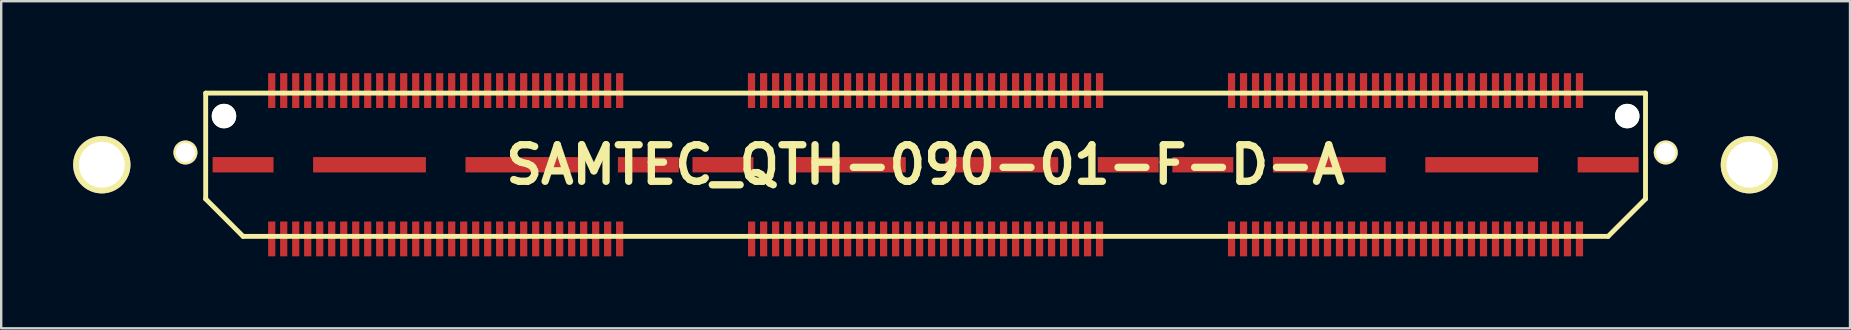
<source format=kicad_pcb>
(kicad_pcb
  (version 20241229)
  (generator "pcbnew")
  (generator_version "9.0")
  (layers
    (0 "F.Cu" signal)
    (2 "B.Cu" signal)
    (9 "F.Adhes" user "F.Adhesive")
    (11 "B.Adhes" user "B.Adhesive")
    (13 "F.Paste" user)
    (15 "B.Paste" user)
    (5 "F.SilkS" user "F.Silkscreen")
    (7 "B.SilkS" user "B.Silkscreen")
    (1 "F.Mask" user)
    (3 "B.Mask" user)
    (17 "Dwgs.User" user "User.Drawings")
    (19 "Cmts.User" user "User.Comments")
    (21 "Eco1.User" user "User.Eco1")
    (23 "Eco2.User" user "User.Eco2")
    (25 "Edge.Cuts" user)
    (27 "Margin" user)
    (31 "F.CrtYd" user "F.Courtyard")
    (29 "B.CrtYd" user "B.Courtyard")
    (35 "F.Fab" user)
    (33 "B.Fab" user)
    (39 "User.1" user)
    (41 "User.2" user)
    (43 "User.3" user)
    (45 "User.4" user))
  (footprint "SAMTEC_QTH-090-01-F-D-A"
    (layer "F.Cu")
    (at 35.524 3.816)
    (property "Reference" "SAMTEC_QTH-090-01-F-D-A" (at 0 0 0) (layer "F.SilkS") (effects (font (size 1.524 1.524) (thickness 0.305))))
    (attr through_hole)
    (fp_line (start -30.002 -2.985) (end 30.002 -2.985) (stroke (width 0.203) (type solid)) (layer "F.SilkS"))
    (fp_line (start -30.002 1.425) (end -30.002 -2.985) (stroke (width 0.203) (type solid)) (layer "F.SilkS"))
    (fp_line (start -28.443 2.985) (end -30.002 1.425) (stroke (width 0.203) (type solid)) (layer "F.SilkS"))
    (fp_line (start 28.443 2.985) (end -28.443 2.985) (stroke (width 0.203) (type solid)) (layer "F.SilkS"))
    (fp_line (start 30.002 -2.985) (end 30.002 1.425) (stroke (width 0.203) (type solid)) (layer "F.SilkS"))
    (fp_line (start 30.002 1.425) (end 28.443 2.985) (stroke (width 0.203) (type solid)) (layer "F.SilkS"))
    (pad "" thru_hole circle (at -34.331 0) (size 2.388 2.388) (drill 1.91) (layers "*.Cu" "*.Mask" "F.SilkS"))
    (pad "" thru_hole circle (at -30.846 -0.511) (size 1 1) (drill 0.8) (layers "*.Cu" "*.Mask" "F.SilkS"))
    (pad "" np_thru_hole circle (at -29.24 -2.029) (size 1.021 1.021) (drill 1.021) (layers "*.Cu" "*.Mask" "F.SilkS"))
    (pad "" np_thru_hole circle (at 29.24 -2.029) (size 1.021 1.021) (drill 1.021) (layers "*.Cu" "*.Mask" "F.SilkS"))
    (pad "" thru_hole circle (at 30.846 -0.511) (size 1 1) (drill 0.8) (layers "*.Cu" "*.Mask" "F.SilkS"))
    (pad "" thru_hole circle (at 34.331 0) (size 2.388 2.388) (drill 1.91) (layers "*.Cu" "*.Mask" "F.SilkS"))
    (pad "1" smd rect (at -27.25 -3.091) (size 0.3 1.45) (layers "F.Cu" "F.Mask" "F.Paste"))
    (pad "2" smd rect (at -27.25 3.091) (size 0.3 1.45) (layers "F.Cu" "F.Mask" "F.Paste"))
    (pad "3" smd rect (at -26.75 -3.091) (size 0.3 1.45) (layers "F.Cu" "F.Mask" "F.Paste"))
    (pad "4" smd rect (at -26.75 3.091) (size 0.3 1.45) (layers "F.Cu" "F.Mask" "F.Paste"))
    (pad "5" smd rect (at -26.25 -3.091) (size 0.3 1.45) (layers "F.Cu" "F.Mask" "F.Paste"))
    (pad "6" smd rect (at -26.25 3.091) (size 0.3 1.45) (layers "F.Cu" "F.Mask" "F.Paste"))
    (pad "7" smd rect (at -25.75 -3.091) (size 0.3 1.45) (layers "F.Cu" "F.Mask" "F.Paste"))
    (pad "8" smd rect (at -25.75 3.091) (size 0.3 1.45) (layers "F.Cu" "F.Mask" "F.Paste"))
    (pad "9" smd rect (at -25.25 -3.091) (size 0.3 1.45) (layers "F.Cu" "F.Mask" "F.Paste"))
    (pad "10" smd rect (at -25.25 3.091) (size 0.3 1.45) (layers "F.Cu" "F.Mask" "F.Paste"))
    (pad "11" smd rect (at -24.75 -3.091) (size 0.3 1.45) (layers "F.Cu" "F.Mask" "F.Paste"))
    (pad "12" smd rect (at -24.75 3.091) (size 0.3 1.45) (layers "F.Cu" "F.Mask" "F.Paste"))
    (pad "13" smd rect (at -24.25 -3.091) (size 0.3 1.45) (layers "F.Cu" "F.Mask" "F.Paste"))
    (pad "14" smd rect (at -24.25 3.091) (size 0.3 1.45) (layers "F.Cu" "F.Mask" "F.Paste"))
    (pad "15" smd rect (at -23.75 -3.091) (size 0.3 1.45) (layers "F.Cu" "F.Mask" "F.Paste"))
    (pad "16" smd rect (at -23.75 3.091) (size 0.3 1.45) (layers "F.Cu" "F.Mask" "F.Paste"))
    (pad "17" smd rect (at -23.25 -3.091) (size 0.3 1.45) (layers "F.Cu" "F.Mask" "F.Paste"))
    (pad "18" smd rect (at -23.25 3.091) (size 0.3 1.45) (layers "F.Cu" "F.Mask" "F.Paste"))
    (pad "19" smd rect (at -22.75 -3.091) (size 0.3 1.45) (layers "F.Cu" "F.Mask" "F.Paste"))
    (pad "20" smd rect (at -22.75 3.091) (size 0.3 1.45) (layers "F.Cu" "F.Mask" "F.Paste"))
    (pad "21" smd rect (at -22.25 -3.091) (size 0.3 1.45) (layers "F.Cu" "F.Mask" "F.Paste"))
    (pad "22" smd rect (at -22.25 3.091) (size 0.3 1.45) (layers "F.Cu" "F.Mask" "F.Paste"))
    (pad "23" smd rect (at -21.75 -3.091) (size 0.3 1.45) (layers "F.Cu" "F.Mask" "F.Paste"))
    (pad "24" smd rect (at -21.75 3.091) (size 0.3 1.45) (layers "F.Cu" "F.Mask" "F.Paste"))
    (pad "25" smd rect (at -21.25 -3.091) (size 0.3 1.45) (layers "F.Cu" "F.Mask" "F.Paste"))
    (pad "26" smd rect (at -21.25 3.091) (size 0.3 1.45) (layers "F.Cu" "F.Mask" "F.Paste"))
    (pad "27" smd rect (at -20.75 -3.091) (size 0.3 1.45) (layers "F.Cu" "F.Mask" "F.Paste"))
    (pad "28" smd rect (at -20.75 3.091) (size 0.3 1.45) (layers "F.Cu" "F.Mask" "F.Paste"))
    (pad "29" smd rect (at -20.25 -3.091) (size 0.3 1.45) (layers "F.Cu" "F.Mask" "F.Paste"))
    (pad "30" smd rect (at -20.25 3.091) (size 0.3 1.45) (layers "F.Cu" "F.Mask" "F.Paste"))
    (pad "31" smd rect (at -19.75 -3.091) (size 0.3 1.45) (layers "F.Cu" "F.Mask" "F.Paste"))
    (pad "32" smd rect (at -19.75 3.091) (size 0.3 1.45) (layers "F.Cu" "F.Mask" "F.Paste"))
    (pad "33" smd rect (at -19.25 -3.091) (size 0.3 1.45) (layers "F.Cu" "F.Mask" "F.Paste"))
    (pad "34" smd rect (at -19.25 3.091) (size 0.3 1.45) (layers "F.Cu" "F.Mask" "F.Paste"))
    (pad "35" smd rect (at -18.75 -3.091) (size 0.3 1.45) (layers "F.Cu" "F.Mask" "F.Paste"))
    (pad "36" smd rect (at -18.75 3.091) (size 0.3 1.45) (layers "F.Cu" "F.Mask" "F.Paste"))
    (pad "37" smd rect (at -18.25 -3.091) (size 0.3 1.45) (layers "F.Cu" "F.Mask" "F.Paste"))
    (pad "38" smd rect (at -18.25 3.091) (size 0.3 1.45) (layers "F.Cu" "F.Mask" "F.Paste"))
    (pad "39" smd rect (at -17.75 -3.091) (size 0.3 1.45) (layers "F.Cu" "F.Mask" "F.Paste"))
    (pad "40" smd rect (at -17.75 3.091) (size 0.3 1.45) (layers "F.Cu" "F.Mask" "F.Paste"))
    (pad "41" smd rect (at -17.25 -3.091) (size 0.3 1.45) (layers "F.Cu" "F.Mask" "F.Paste"))
    (pad "42" smd rect (at -17.25 3.091) (size 0.3 1.45) (layers "F.Cu" "F.Mask" "F.Paste"))
    (pad "43" smd rect (at -16.75 -3.091) (size 0.3 1.45) (layers "F.Cu" "F.Mask" "F.Paste"))
    (pad "44" smd rect (at -16.75 3.091) (size 0.3 1.45) (layers "F.Cu" "F.Mask" "F.Paste"))
    (pad "45" smd rect (at -16.25 -3.091) (size 0.3 1.45) (layers "F.Cu" "F.Mask" "F.Paste"))
    (pad "46" smd rect (at -16.25 3.091) (size 0.3 1.45) (layers "F.Cu" "F.Mask" "F.Paste"))
    (pad "47" smd rect (at -15.75 -3.091) (size 0.3 1.45) (layers "F.Cu" "F.Mask" "F.Paste"))
    (pad "48" smd rect (at -15.75 3.091) (size 0.3 1.45) (layers "F.Cu" "F.Mask" "F.Paste"))
    (pad "49" smd rect (at -15.25 -3.091) (size 0.3 1.45) (layers "F.Cu" "F.Mask" "F.Paste"))
    (pad "50" smd rect (at -15.25 3.091) (size 0.3 1.45) (layers "F.Cu" "F.Mask" "F.Paste"))
    (pad "51" smd rect (at -14.75 -3.091) (size 0.3 1.45) (layers "F.Cu" "F.Mask" "F.Paste"))
    (pad "52" smd rect (at -14.75 3.091) (size 0.3 1.45) (layers "F.Cu" "F.Mask" "F.Paste"))
    (pad "53" smd rect (at -14.25 -3.091) (size 0.3 1.45) (layers "F.Cu" "F.Mask" "F.Paste"))
    (pad "54" smd rect (at -14.25 3.091) (size 0.3 1.45) (layers "F.Cu" "F.Mask" "F.Paste"))
    (pad "55" smd rect (at -13.75 -3.091) (size 0.3 1.45) (layers "F.Cu" "F.Mask" "F.Paste"))
    (pad "56" smd rect (at -13.75 3.091) (size 0.3 1.45) (layers "F.Cu" "F.Mask" "F.Paste"))
    (pad "57" smd rect (at -13.25 -3.091) (size 0.3 1.45) (layers "F.Cu" "F.Mask" "F.Paste"))
    (pad "58" smd rect (at -13.25 3.091) (size 0.3 1.45) (layers "F.Cu" "F.Mask" "F.Paste"))
    (pad "59" smd rect (at -12.75 -3.091) (size 0.3 1.45) (layers "F.Cu" "F.Mask" "F.Paste"))
    (pad "60" smd rect (at -12.75 3.091) (size 0.3 1.45) (layers "F.Cu" "F.Mask" "F.Paste"))
    (pad "61" smd rect (at -7.255 -3.091) (size 0.3 1.45) (layers "F.Cu" "F.Mask" "F.Paste"))
    (pad "62" smd rect (at -7.25 3.091) (size 0.3 1.45) (layers "F.Cu" "F.Mask" "F.Paste"))
    (pad "63" smd rect (at -6.75 -3.091) (size 0.3 1.45) (layers "F.Cu" "F.Mask" "F.Paste"))
    (pad "64" smd rect (at -6.75 3.091) (size 0.3 1.45) (layers "F.Cu" "F.Mask" "F.Paste"))
    (pad "65" smd rect (at -6.25 -3.091) (size 0.3 1.45) (layers "F.Cu" "F.Mask" "F.Paste"))
    (pad "66" smd rect (at -6.25 3.091) (size 0.3 1.45) (layers "F.Cu" "F.Mask" "F.Paste"))
    (pad "67" smd rect (at -5.75 -3.091) (size 0.3 1.45) (layers "F.Cu" "F.Mask" "F.Paste"))
    (pad "68" smd rect (at -5.75 3.091) (size 0.3 1.45) (layers "F.Cu" "F.Mask" "F.Paste"))
    (pad "69" smd rect (at -5.25 -3.091) (size 0.3 1.45) (layers "F.Cu" "F.Mask" "F.Paste"))
    (pad "70" smd rect (at -5.25 3.091) (size 0.3 1.45) (layers "F.Cu" "F.Mask" "F.Paste"))
    (pad "71" smd rect (at -4.75 -3.091) (size 0.3 1.45) (layers "F.Cu" "F.Mask" "F.Paste"))
    (pad "72" smd rect (at -4.75 3.091) (size 0.3 1.45) (layers "F.Cu" "F.Mask" "F.Paste"))
    (pad "73" smd rect (at -4.25 -3.091) (size 0.3 1.45) (layers "F.Cu" "F.Mask" "F.Paste"))
    (pad "74" smd rect (at -4.25 3.091) (size 0.3 1.45) (layers "F.Cu" "F.Mask" "F.Paste"))
    (pad "75" smd rect (at -3.75 -3.091) (size 0.3 1.45) (layers "F.Cu" "F.Mask" "F.Paste"))
    (pad "76" smd rect (at -3.75 3.091) (size 0.3 1.45) (layers "F.Cu" "F.Mask" "F.Paste"))
    (pad "77" smd rect (at -3.25 -3.091) (size 0.3 1.45) (layers "F.Cu" "F.Mask" "F.Paste"))
    (pad "78" smd rect (at -3.25 3.091) (size 0.3 1.45) (layers "F.Cu" "F.Mask" "F.Paste"))
    (pad "79" smd rect (at -2.75 -3.091) (size 0.3 1.45) (layers "F.Cu" "F.Mask" "F.Paste"))
    (pad "80" smd rect (at -2.75 3.091) (size 0.3 1.45) (layers "F.Cu" "F.Mask" "F.Paste"))
    (pad "81" smd rect (at -2.25 -3.091) (size 0.3 1.45) (layers "F.Cu" "F.Mask" "F.Paste"))
    (pad "82" smd rect (at -2.25 3.091) (size 0.3 1.45) (layers "F.Cu" "F.Mask" "F.Paste"))
    (pad "83" smd rect (at -1.75 -3.091) (size 0.3 1.45) (layers "F.Cu" "F.Mask" "F.Paste"))
    (pad "84" smd rect (at -1.75 3.091) (size 0.3 1.45) (layers "F.Cu" "F.Mask" "F.Paste"))
    (pad "85" smd rect (at -1.25 -3.091) (size 0.3 1.45) (layers "F.Cu" "F.Mask" "F.Paste"))
    (pad "86" smd rect (at -1.25 3.091) (size 0.3 1.45) (layers "F.Cu" "F.Mask" "F.Paste"))
    (pad "87" smd rect (at -0.75 -3.091) (size 0.3 1.45) (layers "F.Cu" "F.Mask" "F.Paste"))
    (pad "88" smd rect (at -0.75 3.091) (size 0.3 1.45) (layers "F.Cu" "F.Mask" "F.Paste"))
    (pad "89" smd rect (at -0.25 -3.091) (size 0.3 1.45) (layers "F.Cu" "F.Mask" "F.Paste"))
    (pad "90" smd rect (at -0.25 3.091) (size 0.3 1.45) (layers "F.Cu" "F.Mask" "F.Paste"))
    (pad "91" smd rect (at 0.25 -3.091) (size 0.3 1.45) (layers "F.Cu" "F.Mask" "F.Paste"))
    (pad "92" smd rect (at 0.25 3.091) (size 0.3 1.45) (layers "F.Cu" "F.Mask" "F.Paste"))
    (pad "93" smd rect (at 0.75 -3.091) (size 0.3 1.45) (layers "F.Cu" "F.Mask" "F.Paste"))
    (pad "94" smd rect (at 0.75 3.091) (size 0.3 1.45) (layers "F.Cu" "F.Mask" "F.Paste"))
    (pad "95" smd rect (at 1.25 -3.091) (size 0.3 1.45) (layers "F.Cu" "F.Mask" "F.Paste"))
    (pad "96" smd rect (at 1.25 3.091) (size 0.3 1.45) (layers "F.Cu" "F.Mask" "F.Paste"))
    (pad "97" smd rect (at 1.75 -3.091) (size 0.3 1.45) (layers "F.Cu" "F.Mask" "F.Paste"))
    (pad "98" smd rect (at 1.75 3.091) (size 0.3 1.45) (layers "F.Cu" "F.Mask" "F.Paste"))
    (pad "99" smd rect (at 2.25 -3.091) (size 0.3 1.45) (layers "F.Cu" "F.Mask" "F.Paste"))
    (pad "100" smd rect (at 2.25 3.091) (size 0.3 1.45) (layers "F.Cu" "F.Mask" "F.Paste"))
    (pad "101" smd rect (at 2.75 -3.091) (size 0.3 1.45) (layers "F.Cu" "F.Mask" "F.Paste"))
    (pad "102" smd rect (at 2.75 3.091) (size 0.3 1.45) (layers "F.Cu" "F.Mask" "F.Paste"))
    (pad "103" smd rect (at 3.25 -3.091) (size 0.3 1.45) (layers "F.Cu" "F.Mask" "F.Paste"))
    (pad "104" smd rect (at 3.25 3.091) (size 0.3 1.45) (layers "F.Cu" "F.Mask" "F.Paste"))
    (pad "105" smd rect (at 3.75 -3.091) (size 0.3 1.45) (layers "F.Cu" "F.Mask" "F.Paste"))
    (pad "106" smd rect (at 3.75 3.091) (size 0.3 1.45) (layers "F.Cu" "F.Mask" "F.Paste"))
    (pad "107" smd rect (at 4.25 -3.091) (size 0.3 1.45) (layers "F.Cu" "F.Mask" "F.Paste"))
    (pad "108" smd rect (at 4.25 3.091) (size 0.3 1.45) (layers "F.Cu" "F.Mask" "F.Paste"))
    (pad "109" smd rect (at 4.75 -3.091) (size 0.3 1.45) (layers "F.Cu" "F.Mask" "F.Paste"))
    (pad "110" smd rect (at 4.75 3.091) (size 0.3 1.45) (layers "F.Cu" "F.Mask" "F.Paste"))
    (pad "111" smd rect (at 5.25 -3.091) (size 0.3 1.45) (layers "F.Cu" "F.Mask" "F.Paste"))
    (pad "112" smd rect (at 5.25 3.091) (size 0.3 1.45) (layers "F.Cu" "F.Mask" "F.Paste"))
    (pad "113" smd rect (at 5.75 -3.091) (size 0.3 1.45) (layers "F.Cu" "F.Mask" "F.Paste"))
    (pad "114" smd rect (at 5.75 3.091) (size 0.3 1.45) (layers "F.Cu" "F.Mask" "F.Paste"))
    (pad "115" smd rect (at 6.25 -3.091) (size 0.3 1.45) (layers "F.Cu" "F.Mask" "F.Paste"))
    (pad "116" smd rect (at 6.25 3.091) (size 0.3 1.45) (layers "F.Cu" "F.Mask" "F.Paste"))
    (pad "117" smd rect (at 6.75 -3.091) (size 0.3 1.45) (layers "F.Cu" "F.Mask" "F.Paste"))
    (pad "118" smd rect (at 6.75 3.091) (size 0.3 1.45) (layers "F.Cu" "F.Mask" "F.Paste"))
    (pad "119" smd rect (at 7.25 -3.091) (size 0.3 1.45) (layers "F.Cu" "F.Mask" "F.Paste"))
    (pad "120" smd rect (at 7.25 3.091) (size 0.3 1.45) (layers "F.Cu" "F.Mask" "F.Paste"))
    (pad "121" smd rect (at 12.75 -3.091) (size 0.3 1.45) (layers "F.Cu" "F.Mask" "F.Paste"))
    (pad "122" smd rect (at 12.75 3.091) (size 0.3 1.45) (layers "F.Cu" "F.Mask" "F.Paste"))
    (pad "123" smd rect (at 13.25 -3.091) (size 0.3 1.45) (layers "F.Cu" "F.Mask" "F.Paste"))
    (pad "124" smd rect (at 13.25 3.091) (size 0.3 1.45) (layers "F.Cu" "F.Mask" "F.Paste"))
    (pad "125" smd rect (at 13.75 -3.091) (size 0.3 1.45) (layers "F.Cu" "F.Mask" "F.Paste"))
    (pad "126" smd rect (at 13.75 3.091) (size 0.3 1.45) (layers "F.Cu" "F.Mask" "F.Paste"))
    (pad "127" smd rect (at 14.25 -3.091) (size 0.3 1.45) (layers "F.Cu" "F.Mask" "F.Paste"))
    (pad "128" smd rect (at 14.25 3.091) (size 0.3 1.45) (layers "F.Cu" "F.Mask" "F.Paste"))
    (pad "129" smd rect (at 14.75 -3.091) (size 0.3 1.45) (layers "F.Cu" "F.Mask" "F.Paste"))
    (pad "130" smd rect (at 14.75 3.091) (size 0.3 1.45) (layers "F.Cu" "F.Mask" "F.Paste"))
    (pad "131" smd rect (at 15.25 -3.091) (size 0.3 1.45) (layers "F.Cu" "F.Mask" "F.Paste"))
    (pad "132" smd rect (at 15.25 3.091) (size 0.3 1.45) (layers "F.Cu" "F.Mask" "F.Paste"))
    (pad "133" smd rect (at 15.75 -3.091) (size 0.3 1.45) (layers "F.Cu" "F.Mask" "F.Paste"))
    (pad "134" smd rect (at 15.75 3.091) (size 0.3 1.45) (layers "F.Cu" "F.Mask" "F.Paste"))
    (pad "135" smd rect (at 16.25 -3.091) (size 0.3 1.45) (layers "F.Cu" "F.Mask" "F.Paste"))
    (pad "136" smd rect (at 16.25 3.091) (size 0.3 1.45) (layers "F.Cu" "F.Mask" "F.Paste"))
    (pad "137" smd rect (at 16.75 -3.091) (size 0.3 1.45) (layers "F.Cu" "F.Mask" "F.Paste"))
    (pad "138" smd rect (at 16.75 3.091) (size 0.3 1.45) (layers "F.Cu" "F.Mask" "F.Paste"))
    (pad "139" smd rect (at 17.25 -3.091) (size 0.3 1.45) (layers "F.Cu" "F.Mask" "F.Paste"))
    (pad "140" smd rect (at 17.25 3.091) (size 0.3 1.45) (layers "F.Cu" "F.Mask" "F.Paste"))
    (pad "141" smd rect (at 17.75 -3.091) (size 0.3 1.45) (layers "F.Cu" "F.Mask" "F.Paste"))
    (pad "142" smd rect (at 17.75 3.091) (size 0.3 1.45) (layers "F.Cu" "F.Mask" "F.Paste"))
    (pad "143" smd rect (at 18.25 -3.091) (size 0.3 1.45) (layers "F.Cu" "F.Mask" "F.Paste"))
    (pad "144" smd rect (at 18.25 3.091) (size 0.3 1.45) (layers "F.Cu" "F.Mask" "F.Paste"))
    (pad "145" smd rect (at 18.75 -3.091) (size 0.3 1.45) (layers "F.Cu" "F.Mask" "F.Paste"))
    (pad "146" smd rect (at 18.75 3.091) (size 0.3 1.45) (layers "F.Cu" "F.Mask" "F.Paste"))
    (pad "147" smd rect (at 19.25 -3.091) (size 0.3 1.45) (layers "F.Cu" "F.Mask" "F.Paste"))
    (pad "148" smd rect (at 19.25 3.091) (size 0.3 1.45) (layers "F.Cu" "F.Mask" "F.Paste"))
    (pad "149" smd rect (at 19.75 -3.091) (size 0.3 1.45) (layers "F.Cu" "F.Mask" "F.Paste"))
    (pad "150" smd rect (at 19.75 3.091) (size 0.3 1.45) (layers "F.Cu" "F.Mask" "F.Paste"))
    (pad "151" smd rect (at 20.25 -3.091) (size 0.3 1.45) (layers "F.Cu" "F.Mask" "F.Paste"))
    (pad "152" smd rect (at 20.25 3.091) (size 0.3 1.45) (layers "F.Cu" "F.Mask" "F.Paste"))
    (pad "153" smd rect (at 20.75 -3.091) (size 0.3 1.45) (layers "F.Cu" "F.Mask" "F.Paste"))
    (pad "154" smd rect (at 20.75 3.091) (size 0.3 1.45) (layers "F.Cu" "F.Mask" "F.Paste"))
    (pad "155" smd rect (at 21.25 -3.091) (size 0.3 1.45) (layers "F.Cu" "F.Mask" "F.Paste"))
    (pad "156" smd rect (at 21.25 3.091) (size 0.3 1.45) (layers "F.Cu" "F.Mask" "F.Paste"))
    (pad "157" smd rect (at 21.75 -3.091) (size 0.3 1.45) (layers "F.Cu" "F.Mask" "F.Paste"))
    (pad "158" smd rect (at 21.75 3.091) (size 0.3 1.45) (layers "F.Cu" "F.Mask" "F.Paste"))
    (pad "159" smd rect (at 22.25 -3.091) (size 0.3 1.45) (layers "F.Cu" "F.Mask" "F.Paste"))
    (pad "160" smd rect (at 22.25 3.091) (size 0.3 1.45) (layers "F.Cu" "F.Mask" "F.Paste"))
    (pad "161" smd rect (at 22.75 -3.091) (size 0.3 1.45) (layers "F.Cu" "F.Mask" "F.Paste"))
    (pad "162" smd rect (at 22.75 3.091) (size 0.3 1.45) (layers "F.Cu" "F.Mask" "F.Paste"))
    (pad "163" smd rect (at 23.25 -3.091) (size 0.3 1.45) (layers "F.Cu" "F.Mask" "F.Paste"))
    (pad "164" smd rect (at 23.25 3.091) (size 0.3 1.45) (layers "F.Cu" "F.Mask" "F.Paste"))
    (pad "165" smd rect (at 23.75 -3.091) (size 0.3 1.45) (layers "F.Cu" "F.Mask" "F.Paste"))
    (pad "166" smd rect (at 23.75 3.091) (size 0.3 1.45) (layers "F.Cu" "F.Mask" "F.Paste"))
    (pad "167" smd rect (at 24.25 -3.091) (size 0.3 1.45) (layers "F.Cu" "F.Mask" "F.Paste"))
    (pad "168" smd rect (at 24.25 3.091) (size 0.3 1.45) (layers "F.Cu" "F.Mask" "F.Paste"))
    (pad "169" smd rect (at 24.75 -3.091) (size 0.3 1.45) (layers "F.Cu" "F.Mask" "F.Paste"))
    (pad "170" smd rect (at 24.75 3.091) (size 0.3 1.45) (layers "F.Cu" "F.Mask" "F.Paste"))
    (pad "171" smd rect (at 25.25 -3.091) (size 0.3 1.45) (layers "F.Cu" "F.Mask" "F.Paste"))
    (pad "172" smd rect (at 25.25 3.091) (size 0.3 1.45) (layers "F.Cu" "F.Mask" "F.Paste"))
    (pad "173" smd rect (at 25.75 -3.091) (size 0.3 1.45) (layers "F.Cu" "F.Mask" "F.Paste"))
    (pad "174" smd rect (at 25.75 3.091) (size 0.3 1.45) (layers "F.Cu" "F.Mask" "F.Paste"))
    (pad "175" smd rect (at 26.25 -3.091) (size 0.3 1.45) (layers "F.Cu" "F.Mask" "F.Paste"))
    (pad "176" smd rect (at 26.25 3.091) (size 0.3 1.45) (layers "F.Cu" "F.Mask" "F.Paste"))
    (pad "177" smd rect (at 26.75 -3.091) (size 0.3 1.45) (layers "F.Cu" "F.Mask" "F.Paste"))
    (pad "178" smd rect (at 26.75 3.091) (size 0.3 1.45) (layers "F.Cu" "F.Mask" "F.Paste"))
    (pad "179" smd rect (at 27.25 -3.091) (size 0.3 1.45) (layers "F.Cu" "F.Mask" "F.Paste"))
    (pad "180" smd rect (at 27.25 3.091) (size 0.3 1.45) (layers "F.Cu" "F.Mask" "F.Paste"))
    (pad "A0" smd rect (at -28.445 0) (size 2.54 0.64) (layers "F.Cu" "F.Mask" "F.Paste"))
    (pad "A1" smd rect (at -23.175 0) (size 4.7 0.64) (layers "F.Cu" "F.Mask" "F.Paste"))
    (pad "A2" smd rect (at -16.825 0) (size 4.7 0.64) (layers "F.Cu" "F.Mask" "F.Paste"))
    (pad "A3" smd rect (at -11.554 0) (size 2.54 0.64) (layers "F.Cu" "F.Mask" "F.Paste"))
    (pad "B0" smd rect (at -8.445 0) (size 2.54 0.64) (layers "F.Cu" "F.Mask" "F.Paste"))
    (pad "B1" smd rect (at -3.175 0) (size 4.7 0.64) (layers "F.Cu" "F.Mask" "F.Paste"))
    (pad "B2" smd rect (at 3.175 0) (size 4.7 0.64) (layers "F.Cu" "F.Mask" "F.Paste"))
    (pad "B3" smd rect (at 8.445 0) (size 2.54 0.64) (layers "F.Cu" "F.Mask" "F.Paste"))
    (pad "C0" smd rect (at 11.554 0) (size 2.54 0.64) (layers "F.Cu" "F.Mask" "F.Paste"))
    (pad "C1" smd rect (at 16.825 0) (size 4.7 0.64) (layers "F.Cu" "F.Mask" "F.Paste"))
    (pad "C2" smd rect (at 23.175 0) (size 4.7 0.64) (layers "F.Cu" "F.Mask" "F.Paste"))
    (pad "C3" smd rect (at 28.445 0) (size 2.54 0.64) (layers "F.Cu" "F.Mask" "F.Paste")))
  (gr_rect
    (start -3 -3)
    (end 74.049 10.632)
    (stroke (width 0.1) (type default))
    (fill no)
    (layer "Edge.Cuts")))
</source>
